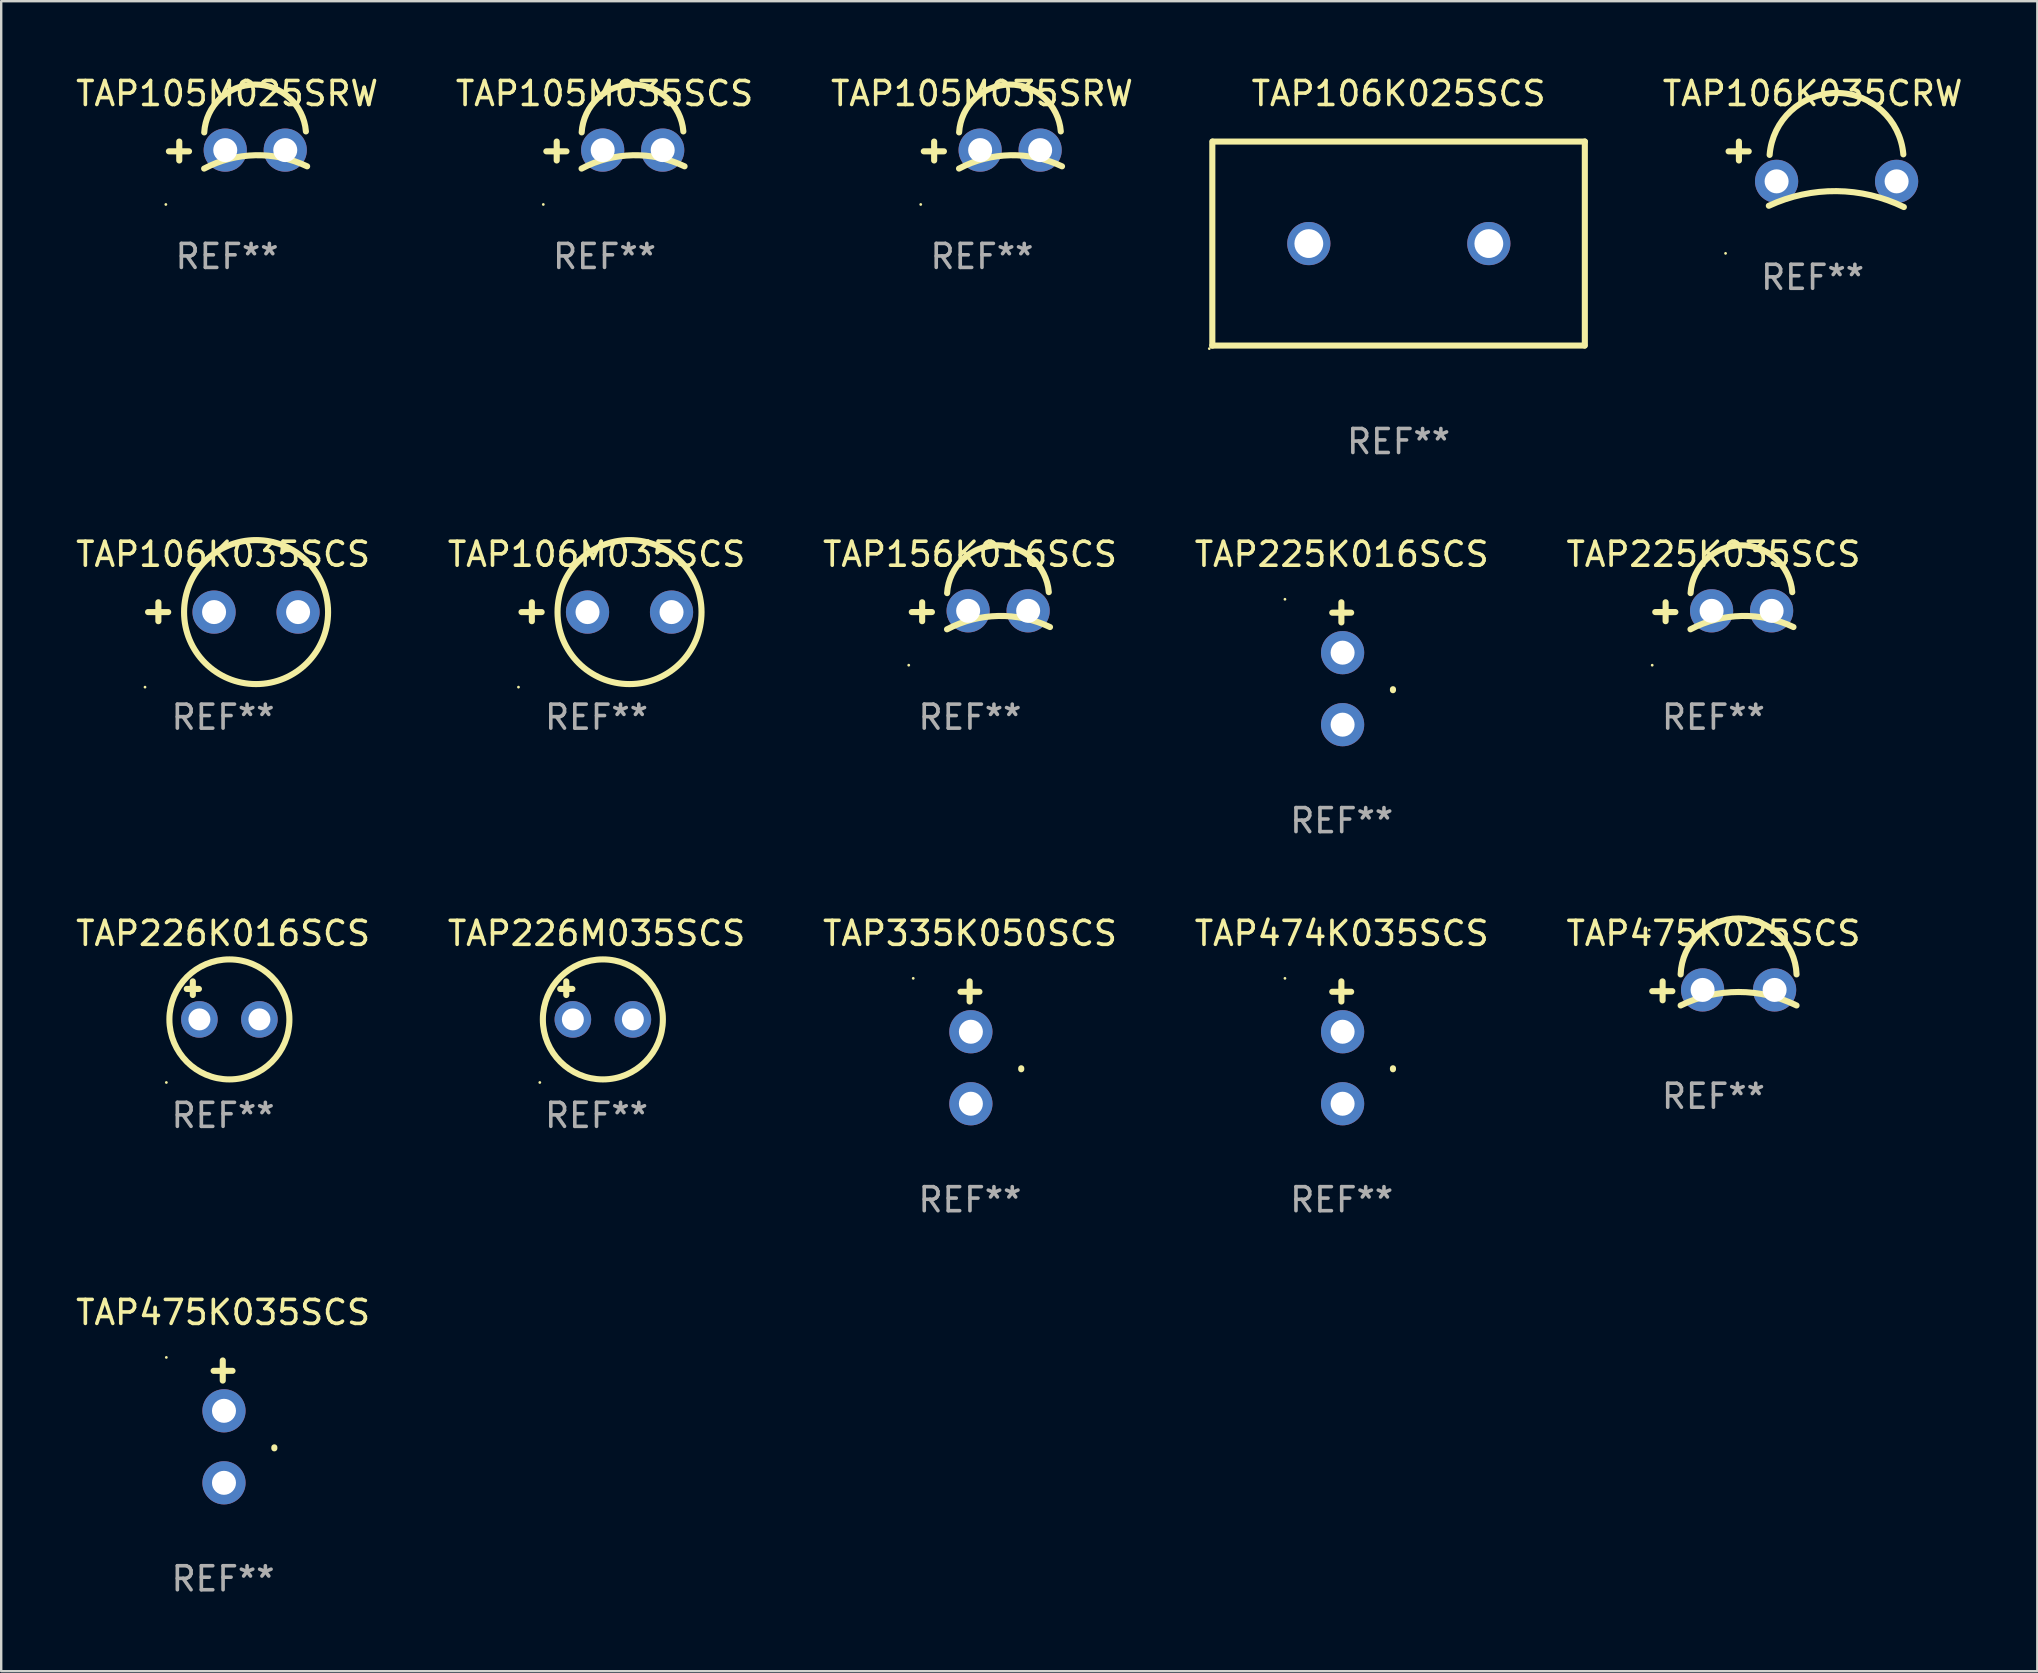
<source format=kicad_pcb>
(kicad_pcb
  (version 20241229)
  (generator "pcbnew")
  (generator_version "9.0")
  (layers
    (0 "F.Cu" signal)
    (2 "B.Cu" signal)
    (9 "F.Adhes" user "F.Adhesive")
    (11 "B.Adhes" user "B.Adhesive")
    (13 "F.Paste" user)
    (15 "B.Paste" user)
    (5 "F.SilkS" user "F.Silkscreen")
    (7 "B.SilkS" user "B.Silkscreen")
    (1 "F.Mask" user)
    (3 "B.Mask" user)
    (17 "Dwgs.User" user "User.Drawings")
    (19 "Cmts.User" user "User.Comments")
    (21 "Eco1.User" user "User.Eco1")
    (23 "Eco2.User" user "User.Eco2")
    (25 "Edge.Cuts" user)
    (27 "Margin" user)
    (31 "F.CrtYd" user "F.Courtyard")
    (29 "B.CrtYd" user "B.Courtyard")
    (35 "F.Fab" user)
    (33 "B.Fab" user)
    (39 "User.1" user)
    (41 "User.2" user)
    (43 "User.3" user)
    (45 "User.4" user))
  (footprint "TAP335K050SCS"
    (layer "F.Cu")
    (at 37.363 40.388)
    (property "Reference" "TAP335K050SCS" (at 0 -4.549 0) (layer "F.SilkS") (effects (font (size 1 1) (thickness 0.15))))
    (attr through_hole)
    (fp_line (start -0.394 -2.117) (end 0.394 -2.117) (stroke (width 0.254) (type solid)) (layer "F.SilkS"))
    (fp_line (start -0.013 -1.711) (end -0.013 -2.549) (stroke (width 0.254) (type solid)) (layer "F.SilkS"))
    (fp_arc (start 2.136144 1.112141) (mid 2.136053 1.091821) (end 2.136144 1.071501) (stroke (width 0.254001) (type solid)) (layer "F.SilkS"))
    (fp_circle (center -2.364 -2.676) (end -2.334 -2.676) (stroke (width 0.06) (type solid)) (fill no) (layer "F.SilkS"))
    (fp_text user "REF**" (at 0 6.549 0) (layer "F.Fab") (effects (font (size 1 1) (thickness 0.15))))
    (pad "1" thru_hole circle (at 0.038 -0.451) (size 1.8 1.8) (drill 1) (layers "*.Cu" "*.Mask"))
    (pad "2" thru_hole circle (at 0.038 2.549) (size 1.8 1.8) (drill 1) (layers "*.Cu" "*.Mask")))
  (footprint "TAP105M035SCS"
    (layer "F.Cu")
    (at 22.137 3.242)
    (property "Reference" "TAP105M035SCS" (at 0 -2.394 0) (layer "F.SilkS") (effects (font (size 1 1) (thickness 0.15))))
    (attr through_hole)
    (fp_line (start -1.992 0.394) (end -1.992 -0.394) (stroke (width 0.254) (type solid)) (layer "F.SilkS"))
    (fp_line (start -1.585 0.013) (end -2.424 0.013) (stroke (width 0.254) (type solid)) (layer "F.SilkS"))
    (fp_arc (start -0.956274 0.731902) (mid 1.178408 0.176168) (end 3.335344 0.638049) (stroke (width 0.254001) (type solid)) (layer "F.SilkS"))
    (fp_arc (start -0.951981 -0.775617) (mid 1.147269 -2.769146) (end 3.284747 -0.816662) (stroke (width 0.254001) (type solid)) (layer "F.SilkS"))
    (fp_circle (center -2.551 2.227) (end -2.521 2.227) (stroke (width 0.06) (type solid)) (fill no) (layer "F.SilkS"))
    (fp_text user "REF**" (at 0 4.394 0) (layer "F.Fab") (effects (font (size 1 1) (thickness 0.15))))
    (pad "1" thru_hole circle (at -0.076 -0.038) (size 1.8 1.8) (drill 1) (layers "*.Cu" "*.Mask"))
    (pad "2" thru_hole circle (at 2.424 -0.038) (size 1.8 1.8) (drill 1) (layers "*.Cu" "*.Mask")))
  (footprint "TAP156K016SCS"
    (layer "F.Cu")
    (at 37.363 22.438)
    (property "Reference" "TAP156K016SCS" (at 0 -2.394 0) (layer "F.SilkS") (effects (font (size 1 1) (thickness 0.15))))
    (attr through_hole)
    (fp_line (start -1.992 0.394) (end -1.992 -0.394) (stroke (width 0.254) (type solid)) (layer "F.SilkS"))
    (fp_line (start -1.585 0.013) (end -2.424 0.013) (stroke (width 0.254) (type solid)) (layer "F.SilkS"))
    (fp_arc (start -0.956274 0.731902) (mid 1.178408 0.176168) (end 3.335344 0.638049) (stroke (width 0.254001) (type solid)) (layer "F.SilkS"))
    (fp_arc (start -0.951981 -0.775617) (mid 1.147269 -2.769146) (end 3.284747 -0.816662) (stroke (width 0.254001) (type solid)) (layer "F.SilkS"))
    (fp_circle (center -2.551 2.227) (end -2.521 2.227) (stroke (width 0.06) (type solid)) (fill no) (layer "F.SilkS"))
    (fp_text user "REF**" (at 0 4.394 0) (layer "F.Fab") (effects (font (size 1 1) (thickness 0.15))))
    (pad "1" thru_hole circle (at -0.076 -0.038) (size 1.8 1.8) (drill 1) (layers "*.Cu" "*.Mask"))
    (pad "2" thru_hole circle (at 2.424 -0.038) (size 1.8 1.8) (drill 1) (layers "*.Cu" "*.Mask")))
  (footprint "TAP475K035SCS"
    (layer "F.Cu")
    (at 6.244 56.182)
    (property "Reference" "TAP475K035SCS" (at 0 -4.549 0) (layer "F.SilkS") (effects (font (size 1 1) (thickness 0.15))))
    (attr through_hole)
    (fp_line (start -0.394 -2.117) (end 0.394 -2.117) (stroke (width 0.254) (type solid)) (layer "F.SilkS"))
    (fp_line (start -0.013 -1.711) (end -0.013 -2.549) (stroke (width 0.254) (type solid)) (layer "F.SilkS"))
    (fp_arc (start 2.136144 1.112141) (mid 2.136053 1.091821) (end 2.136144 1.071501) (stroke (width 0.254001) (type solid)) (layer "F.SilkS"))
    (fp_circle (center -2.364 -2.676) (end -2.334 -2.676) (stroke (width 0.06) (type solid)) (fill no) (layer "F.SilkS"))
    (fp_text user "REF**" (at 0 6.549 0) (layer "F.Fab") (effects (font (size 1 1) (thickness 0.15))))
    (pad "1" thru_hole circle (at 0.038 -0.451) (size 1.8 1.8) (drill 1) (layers "*.Cu" "*.Mask"))
    (pad "2" thru_hole circle (at 0.038 2.549) (size 1.8 1.8) (drill 1) (layers "*.Cu" "*.Mask")))
  (footprint "TAP106K035SCS"
    (layer "F.Cu")
    (at 6.244 22.438)
    (property "Reference" "TAP106K035SCS" (at 0 -2.394 0) (layer "F.SilkS") (effects (font (size 1 1) (thickness 0.15))))
    (attr through_hole)
    (fp_line (start -2.695 0.394) (end -2.695 -0.394) (stroke (width 0.254) (type solid)) (layer "F.SilkS"))
    (fp_line (start -2.286 0.014) (end -3.125 0.014) (stroke (width 0.254) (type solid)) (layer "F.SilkS"))
    (fp_circle (center -3.252 3.141) (end -3.222 3.141) (stroke (width 0.06) (type solid)) (fill no) (layer "F.SilkS"))
    (fp_circle (center 1.375 0.014) (end 4.375 0.014) (stroke (width 0.254) (type solid)) (fill no) (layer "F.SilkS"))
    (fp_text user "REF**" (at 0 4.394 0) (layer "F.Fab") (effects (font (size 1 1) (thickness 0.15))))
    (pad "1" thru_hole circle (at -0.375 0.014) (size 1.8 1.8) (drill 1) (layers "*.Cu" "*.Mask"))
    (pad "2" thru_hole circle (at 3.125 0.014) (size 1.8 1.8) (drill 1) (layers "*.Cu" "*.Mask")))
  (footprint "TAP475K025SCS"
    (layer "F.Cu")
    (at 68.339 38.233)
    (property "Reference" "TAP475K025SCS" (at 0 -2.394 0) (layer "F.SilkS") (effects (font (size 1 1) (thickness 0.15))))
    (attr through_hole)
    (fp_line (start -2.117 0.394) (end -2.117 -0.394) (stroke (width 0.254) (type solid)) (layer "F.SilkS"))
    (fp_line (start -1.711 0.013) (end -2.549 0.013) (stroke (width 0.254) (type solid)) (layer "F.SilkS"))
    (fp_arc (start -1.366193 0.608941) (mid 1.048615 0.047743) (end 3.463424 0.60894) (stroke (width 0.254001) (type solid)) (layer "F.SilkS"))
    (fp_arc (start -1.366192 -0.685141) (mid 1.048616 -3.016259) (end 3.463424 -0.685141) (stroke (width 0.254001) (type solid)) (layer "F.SilkS"))
    (fp_circle (center -2.676 -2.538) (end -2.646 -2.538) (stroke (width 0.06) (type solid)) (fill no) (layer "F.SilkS"))
    (fp_text user "REF**" (at 0 4.394 0) (layer "F.Fab") (effects (font (size 1 1) (thickness 0.15))))
    (pad "1" thru_hole circle (at -0.451 -0.038) (size 1.8 1.8) (drill 1) (layers "*.Cu" "*.Mask"))
    (pad "2" thru_hole circle (at 2.549 -0.038) (size 1.8 1.8) (drill 1) (layers "*.Cu" "*.Mask")))
  (footprint "TAP106K035CRW"
    (layer "F.Cu")
    (at 72.471 3.677)
    (property "Reference" "TAP106K035CRW" (at 0 -2.829 0) (layer "F.SilkS") (effects (font (size 1 1) (thickness 0.15))))
    (attr through_hole)
    (fp_line (start -3.07 -0.041) (end -3.07 -0.829) (stroke (width 0.254) (type solid)) (layer "F.SilkS"))
    (fp_line (start -2.661 -0.421) (end -3.5 -0.421) (stroke (width 0.254) (type solid)) (layer "F.SilkS"))
    (fp_arc (start -1.823051 1.845923) (mid 0.995805 1.236175) (end 3.802527 1.899543) (stroke (width 0.254001) (type solid)) (layer "F.SilkS"))
    (fp_arc (start -1.790131 -0.273178) (mid 0.984447 -2.854064) (end 3.780277 -0.296215) (stroke (width 0.254001) (type solid)) (layer "F.SilkS"))
    (fp_circle (center -3.626 3.829) (end -3.596 3.829) (stroke (width 0.06) (type solid)) (fill no) (layer "F.SilkS"))
    (fp_text user "REF**" (at 0 4.829 0) (layer "F.Fab") (effects (font (size 1 1) (thickness 0.15))))
    (pad "1" thru_hole circle (at -1.5 0.829) (size 1.8 1.8) (drill 1) (layers "*.Cu" "*.Mask"))
    (pad "2" thru_hole circle (at 3.5 0.829) (size 1.8 1.8) (drill 1) (layers "*.Cu" "*.Mask")))
  (footprint "TAP474K035SCS"
    (layer "F.Cu")
    (at 52.851 40.388)
    (property "Reference" "TAP474K035SCS" (at 0 -4.549 0) (layer "F.SilkS") (effects (font (size 1 1) (thickness 0.15))))
    (attr through_hole)
    (fp_line (start -0.394 -2.117) (end 0.394 -2.117) (stroke (width 0.254) (type solid)) (layer "F.SilkS"))
    (fp_line (start -0.013 -1.711) (end -0.013 -2.549) (stroke (width 0.254) (type solid)) (layer "F.SilkS"))
    (fp_arc (start 2.136144 1.112141) (mid 2.136053 1.091821) (end 2.136144 1.071501) (stroke (width 0.254001) (type solid)) (layer "F.SilkS"))
    (fp_circle (center -2.364 -2.676) (end -2.334 -2.676) (stroke (width 0.06) (type solid)) (fill no) (layer "F.SilkS"))
    (fp_text user "REF**" (at 0 6.549 0) (layer "F.Fab") (effects (font (size 1 1) (thickness 0.15))))
    (pad "1" thru_hole circle (at 0.038 -0.451) (size 1.8 1.8) (drill 1) (layers "*.Cu" "*.Mask"))
    (pad "2" thru_hole circle (at 0.038 2.549) (size 1.8 1.8) (drill 1) (layers "*.Cu" "*.Mask")))
  (footprint "TAP106M035SCS"
    (layer "F.Cu")
    (at 21.804 22.438)
    (property "Reference" "TAP106M035SCS" (at 0 -2.394 0) (layer "F.SilkS") (effects (font (size 1 1) (thickness 0.15))))
    (attr through_hole)
    (fp_line (start -2.695 0.394) (end -2.695 -0.394) (stroke (width 0.254) (type solid)) (layer "F.SilkS"))
    (fp_line (start -2.286 0.014) (end -3.125 0.014) (stroke (width 0.254) (type solid)) (layer "F.SilkS"))
    (fp_circle (center -3.252 3.141) (end -3.222 3.141) (stroke (width 0.06) (type solid)) (fill no) (layer "F.SilkS"))
    (fp_circle (center 1.375 0.014) (end 4.375 0.014) (stroke (width 0.254) (type solid)) (fill no) (layer "F.SilkS"))
    (fp_text user "REF**" (at 0 4.394 0) (layer "F.Fab") (effects (font (size 1 1) (thickness 0.15))))
    (pad "1" thru_hole circle (at -0.375 0.014) (size 1.8 1.8) (drill 1) (layers "*.Cu" "*.Mask"))
    (pad "2" thru_hole circle (at 3.125 0.014) (size 1.8 1.8) (drill 1) (layers "*.Cu" "*.Mask")))
  (footprint "TAP226K016SCS"
    (layer "F.Cu")
    (at 6.244 38.631)
    (property "Reference" "TAP226K016SCS" (at 0 -2.792 0) (layer "F.SilkS") (effects (font (size 1 1) (thickness 0.15))))
    (attr through_hole)
    (fp_line (start -1.514 -0.478) (end -1.006 -0.478) (stroke (width 0.254) (type solid)) (layer "F.SilkS"))
    (fp_line (start -1.26 -0.792) (end -1.26 -0.224) (stroke (width 0.254) (type solid)) (layer "F.SilkS"))
    (fp_circle (center -2.363 3.42) (end -2.333 3.42) (stroke (width 0.06) (type solid)) (fill no) (layer "F.SilkS"))
    (fp_circle (center 0.264 0.792) (end 2.764 0.792) (stroke (width 0.254) (type solid)) (fill no) (layer "F.SilkS"))
    (fp_text user "REF**" (at 0 4.792 0) (layer "F.Fab") (effects (font (size 1 1) (thickness 0.15))))
    (pad "1" thru_hole circle (at -0.986 0.792) (size 1.524 1.524) (drill 0.914) (layers "*.Cu" "*.Mask"))
    (pad "2" thru_hole circle (at 1.514 0.792) (size 1.524 1.524) (drill 0.914) (layers "*.Cu" "*.Mask")))
  (footprint "TAP225K016SCS"
    (layer "F.Cu")
    (at 52.851 24.594)
    (property "Reference" "TAP225K016SCS" (at 0 -4.549 0) (layer "F.SilkS") (effects (font (size 1 1) (thickness 0.15))))
    (attr through_hole)
    (fp_line (start -0.394 -2.117) (end 0.394 -2.117) (stroke (width 0.254) (type solid)) (layer "F.SilkS"))
    (fp_line (start -0.013 -1.711) (end -0.013 -2.549) (stroke (width 0.254) (type solid)) (layer "F.SilkS"))
    (fp_arc (start 2.136144 1.112141) (mid 2.136053 1.091821) (end 2.136144 1.071501) (stroke (width 0.254001) (type solid)) (layer "F.SilkS"))
    (fp_circle (center -2.364 -2.676) (end -2.334 -2.676) (stroke (width 0.06) (type solid)) (fill no) (layer "F.SilkS"))
    (fp_text user "REF**" (at 0 6.549 0) (layer "F.Fab") (effects (font (size 1 1) (thickness 0.15))))
    (pad "1" thru_hole circle (at 0.038 -0.451) (size 1.8 1.8) (drill 1) (layers "*.Cu" "*.Mask"))
    (pad "2" thru_hole circle (at 0.038 2.549) (size 1.8 1.8) (drill 1) (layers "*.Cu" "*.Mask")))
  (footprint "TAP226M035SCS"
    (layer "F.Cu")
    (at 21.804 38.631)
    (property "Reference" "TAP226M035SCS" (at 0 -2.792 0) (layer "F.SilkS") (effects (font (size 1 1) (thickness 0.15))))
    (attr through_hole)
    (fp_line (start -1.514 -0.478) (end -1.006 -0.478) (stroke (width 0.254) (type solid)) (layer "F.SilkS"))
    (fp_line (start -1.26 -0.792) (end -1.26 -0.224) (stroke (width 0.254) (type solid)) (layer "F.SilkS"))
    (fp_circle (center -2.363 3.42) (end -2.333 3.42) (stroke (width 0.06) (type solid)) (fill no) (layer "F.SilkS"))
    (fp_circle (center 0.264 0.792) (end 2.764 0.792) (stroke (width 0.254) (type solid)) (fill no) (layer "F.SilkS"))
    (fp_text user "REF**" (at 0 4.792 0) (layer "F.Fab") (effects (font (size 1 1) (thickness 0.15))))
    (pad "1" thru_hole circle (at -0.986 0.792) (size 1.524 1.524) (drill 0.914) (layers "*.Cu" "*.Mask"))
    (pad "2" thru_hole circle (at 1.514 0.792) (size 1.524 1.524) (drill 0.914) (layers "*.Cu" "*.Mask")))
  (footprint "TAP106K025SCS"
    (layer "F.Cu")
    (at 55.221 7.098)
    (property "Reference" "TAP106K025SCS" (at 0 -6.25 0) (layer "F.SilkS") (effects (font (size 1 1) (thickness 0.15))))
    (attr through_hole)
    (fp_line (start -7.76 4.25) (end -7.76 -4.25) (stroke (width 0.254) (type solid)) (layer "F.SilkS"))
    (fp_line (start -7.74 -4.25) (end 7.76 -4.25) (stroke (width 0.254) (type solid)) (layer "F.SilkS"))
    (fp_line (start 7.74 4.25) (end -7.76 4.25) (stroke (width 0.254) (type solid)) (layer "F.SilkS"))
    (fp_line (start 7.76 -4.25) (end 7.76 4.25) (stroke (width 0.254) (type solid)) (layer "F.SilkS"))
    (fp_circle (center -7.887 4.377) (end -7.857 4.377) (stroke (width 0.06) (type solid)) (fill no) (layer "F.SilkS"))
    (fp_text user "REF**" (at 0 8.25 0) (layer "F.Fab") (effects (font (size 1 1) (thickness 0.15))))
    (pad "1" thru_hole circle (at -3.74 0) (size 1.8 1.8) (drill 1.2) (layers "*.Cu" "*.Mask"))
    (pad "2" thru_hole circle (at 3.76 0) (size 1.8 1.8) (drill 1.2) (layers "*.Cu" "*.Mask")))
  (footprint "TAP225K035SCS"
    (layer "F.Cu")
    (at 68.339 22.438)
    (property "Reference" "TAP225K035SCS" (at 0 -2.394 0) (layer "F.SilkS") (effects (font (size 1 1) (thickness 0.15))))
    (attr through_hole)
    (fp_line (start -1.992 0.394) (end -1.992 -0.394) (stroke (width 0.254) (type solid)) (layer "F.SilkS"))
    (fp_line (start -1.585 0.013) (end -2.424 0.013) (stroke (width 0.254) (type solid)) (layer "F.SilkS"))
    (fp_arc (start -0.956274 0.731902) (mid 1.178408 0.176168) (end 3.335344 0.638049) (stroke (width 0.254001) (type solid)) (layer "F.SilkS"))
    (fp_arc (start -0.951981 -0.775617) (mid 1.147269 -2.769146) (end 3.284747 -0.816662) (stroke (width 0.254001) (type solid)) (layer "F.SilkS"))
    (fp_circle (center -2.551 2.227) (end -2.521 2.227) (stroke (width 0.06) (type solid)) (fill no) (layer "F.SilkS"))
    (fp_text user "REF**" (at 0 4.394 0) (layer "F.Fab") (effects (font (size 1 1) (thickness 0.15))))
    (pad "1" thru_hole circle (at -0.076 -0.038) (size 1.8 1.8) (drill 1) (layers "*.Cu" "*.Mask"))
    (pad "2" thru_hole circle (at 2.424 -0.038) (size 1.8 1.8) (drill 1) (layers "*.Cu" "*.Mask")))
  (footprint "TAP105M025SRW"
    (layer "F.Cu")
    (at 6.411 3.242)
    (property "Reference" "TAP105M025SRW" (at 0 -2.394 0) (layer "F.SilkS") (effects (font (size 1 1) (thickness 0.15))))
    (attr through_hole)
    (fp_line (start -1.992 0.394) (end -1.992 -0.394) (stroke (width 0.254) (type solid)) (layer "F.SilkS"))
    (fp_line (start -1.585 0.013) (end -2.424 0.013) (stroke (width 0.254) (type solid)) (layer "F.SilkS"))
    (fp_arc (start -0.956274 0.731902) (mid 1.178408 0.176168) (end 3.335344 0.638049) (stroke (width 0.254001) (type solid)) (layer "F.SilkS"))
    (fp_arc (start -0.951981 -0.775617) (mid 1.147269 -2.769146) (end 3.284747 -0.816662) (stroke (width 0.254001) (type solid)) (layer "F.SilkS"))
    (fp_circle (center -2.551 2.227) (end -2.521 2.227) (stroke (width 0.06) (type solid)) (fill no) (layer "F.SilkS"))
    (fp_text user "REF**" (at 0 4.394 0) (layer "F.Fab") (effects (font (size 1 1) (thickness 0.15))))
    (pad "1" thru_hole circle (at -0.076 -0.038) (size 1.8 1.8) (drill 1) (layers "*.Cu" "*.Mask"))
    (pad "2" thru_hole circle (at 2.424 -0.038) (size 1.8 1.8) (drill 1) (layers "*.Cu" "*.Mask")))
  (footprint "TAP105M035SRW"
    (layer "F.Cu")
    (at 37.863 3.242)
    (property "Reference" "TAP105M035SRW" (at 0 -2.394 0) (layer "F.SilkS") (effects (font (size 1 1) (thickness 0.15))))
    (attr through_hole)
    (fp_line (start -1.992 0.394) (end -1.992 -0.394) (stroke (width 0.254) (type solid)) (layer "F.SilkS"))
    (fp_line (start -1.585 0.013) (end -2.424 0.013) (stroke (width 0.254) (type solid)) (layer "F.SilkS"))
    (fp_arc (start -0.956274 0.731902) (mid 1.178408 0.176168) (end 3.335344 0.638049) (stroke (width 0.254001) (type solid)) (layer "F.SilkS"))
    (fp_arc (start -0.951981 -0.775617) (mid 1.147269 -2.769146) (end 3.284747 -0.816662) (stroke (width 0.254001) (type solid)) (layer "F.SilkS"))
    (fp_circle (center -2.551 2.227) (end -2.521 2.227) (stroke (width 0.06) (type solid)) (fill no) (layer "F.SilkS"))
    (fp_text user "REF**" (at 0 4.394 0) (layer "F.Fab") (effects (font (size 1 1) (thickness 0.15))))
    (pad "1" thru_hole circle (at -0.076 -0.038) (size 1.8 1.8) (drill 1) (layers "*.Cu" "*.Mask"))
    (pad "2" thru_hole circle (at 2.424 -0.038) (size 1.8 1.8) (drill 1) (layers "*.Cu" "*.Mask")))
  (gr_rect
    (start -3 -3)
    (end 81.834 66.579)
    (stroke (width 0.1) (type default))
    (fill no)
    (layer "Edge.Cuts")))
</source>
